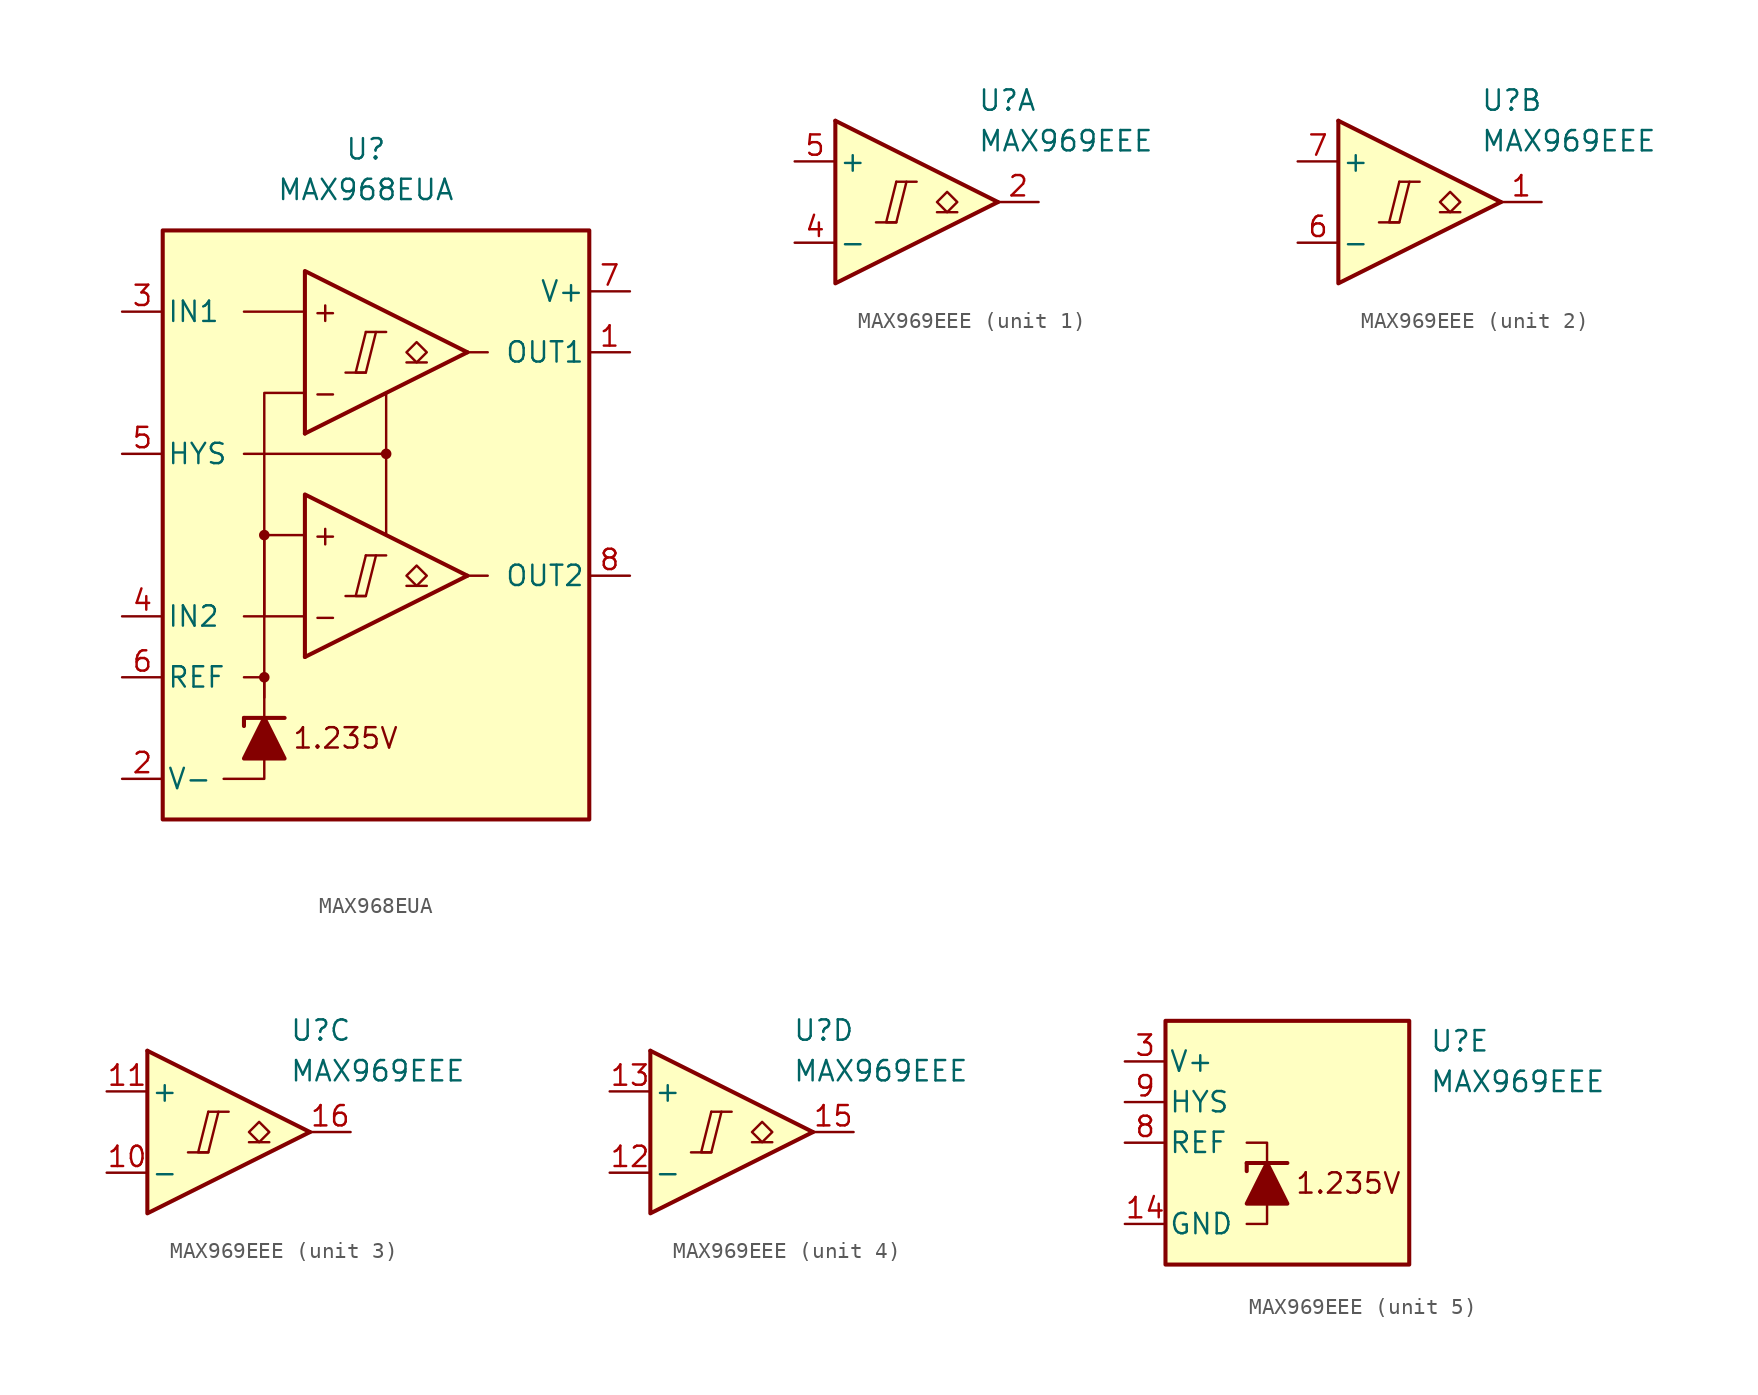
<source format=kicad_sym>
(kicad_symbol_lib
  (version 20231120)
  (generator "kicad_symbol_editor")
  (generator_version "8.0")
  (symbol "MAX968EUA"
    (pin_names
      (offset 0.254))
    (property "Reference" "U"
      (at -1.27 22.86 0)
      (effects (font (size 1.27 1.27))))
    (property "Value" "MAX968EUA"
      (at -1.27 20.32 0)
      (effects (font (size 1.27 1.27))))
    (symbol "MAX968EUA_0_0"
      (rectangle (start -13.97 17.78) (end 12.7 -19.05) (stroke (width 0.254) (type default)) (fill (type background)))
      (circle (center -7.62 -10.16) (radius 0.254) (stroke (width 0.152) (type default)) (fill (type outline)))
      (circle (center -7.62 -1.27) (radius 0.254) (stroke (width 0.152) (type default)) (fill (type outline)))
      (polyline (pts (xy -2.54 -5.08) (xy -1.27 -5.08)) (stroke (width 0.152) (type default)) (fill (type none)))
      (polyline (pts (xy -2.54 8.89) (xy -1.27 8.89)) (stroke (width 0.152) (type default)) (fill (type none)))
      (polyline (pts (xy -1.27 -2.54) (xy 0 -2.54)) (stroke (width 0.152) (type default)) (fill (type none)))
      (polyline (pts (xy -1.27 11.43) (xy 0 11.43)) (stroke (width 0.152) (type default)) (fill (type none)))
      (polyline (pts (xy 5.08 -3.81) (xy -5.08 -8.89)) (stroke (width 0.254) (type default)) (fill (type none)))
      (polyline (pts (xy 5.08 10.16) (xy -5.08 5.08)) (stroke (width 0.254) (type default)) (fill (type none)))
      (polyline (pts (xy 5.08 -3.81) (xy -5.08 1.27) (xy -5.08 -8.89)) (stroke (width 0.254) (type default)) (fill (type background)))
      (polyline (pts (xy 5.08 10.16) (xy -5.08 15.24) (xy -5.08 5.08)) (stroke (width 0.254) (type default)) (fill (type background)))
      (polyline (pts (xy -1.27 -2.54) (xy -1.905 -5.08) (xy -1.27 -5.08) (xy -0.635 -2.54)) (stroke (width 0.152) (type default)) (fill (type none)))
      (polyline (pts (xy -1.27 11.43) (xy -1.905 8.89) (xy -1.27 8.89) (xy -0.635 11.43)) (stroke (width 0.152) (type default)) (fill (type none)))
      (circle (center 0 3.81) (radius 0.254) (stroke (width 0.152) (type default)) (fill (type outline)))
      (text "+" (at -3.81 -1.27 0) (effects (font (size 1.27 1.27))))
      (text "+" (at -3.81 12.7 0) (effects (font (size 1.27 1.27))))
      (text "-" (at -3.81 -6.35 0) (effects (font (size 1.27 1.27))))
      (text "-" (at -3.81 7.62 0) (effects (font (size 1.27 1.27))))
      (text "1.235V" (at -2.54 -13.97 0) (effects (font (size 1.27 1.27)))))
    (symbol "MAX968EUA_0_1"
      (polyline (pts (xy -8.89 -12.7) (xy -8.89 -13.208)) (stroke (width 0.254) (type default)) (fill (type none)))
      (polyline (pts (xy -8.89 -12.7) (xy -6.35 -12.7)) (stroke (width 0.254) (type default)) (fill (type none)))
      (polyline (pts (xy -5.08 -6.35) (xy -8.89 -6.35)) (stroke (width 0) (type default)) (fill (type none)))
      (polyline (pts (xy -5.08 12.7) (xy -8.89 12.7)) (stroke (width 0) (type default)) (fill (type none)))
      (polyline (pts (xy 0 3.81) (xy 0 -1.27)) (stroke (width 0) (type default)) (fill (type none)))
      (polyline (pts (xy 5.08 -3.81) (xy 6.35 -3.81)) (stroke (width 0) (type default)) (fill (type none)))
      (polyline (pts (xy 5.08 10.16) (xy 6.35 10.16)) (stroke (width 0) (type default)) (fill (type none)))
      (polyline (pts (xy -7.62 -15.24) (xy -7.62 -16.51) (xy -10.16 -16.51)) (stroke (width 0) (type default)) (fill (type none)))
      (polyline (pts (xy -7.62 -12.7) (xy -7.62 -10.16) (xy -8.89 -10.16)) (stroke (width 0) (type default)) (fill (type none)))
      (polyline (pts (xy -7.62 -11.43) (xy -7.62 -1.27) (xy -5.08 -1.27)) (stroke (width 0) (type default)) (fill (type none)))
      (polyline (pts (xy -7.62 -6.35) (xy -7.62 7.62) (xy -5.08 7.62)) (stroke (width 0) (type default)) (fill (type none)))
      (polyline (pts (xy 0 7.62) (xy 0 3.81) (xy -8.89 3.81)) (stroke (width 0) (type default)) (fill (type none)))
      (polyline (pts (xy -6.35 -15.24) (xy -8.89 -15.24) (xy -7.62 -12.7) (xy -6.35 -15.24)) (stroke (width 0.254) (type default)) (fill (type outline))))
    (symbol "MAX968EUA_1_1"
      (polyline (pts (xy 2.54 -4.445) (xy 1.27 -4.445)) (stroke (width 0.152) (type default)) (fill (type none)))
      (polyline (pts (xy 2.54 9.525) (xy 1.27 9.525)) (stroke (width 0.152) (type default)) (fill (type none)))
      (polyline (pts (xy 1.905 -4.445) (xy 1.27 -3.81) (xy 1.905 -3.175) (xy 2.54 -3.81) (xy 1.905 -4.445)) (stroke (width 0.152) (type default)) (fill (type none)))
      (polyline (pts (xy 1.905 9.525) (xy 1.27 10.16) (xy 1.905 10.795) (xy 2.54 10.16) (xy 1.905 9.525)) (stroke (width 0.152) (type default)) (fill (type none)))
      (pin output line (at 15.24 10.16 180) (length 2.54) (name "OUT1" (effects (font (size 1.27 1.27)))) (number "1" (effects (font (size 1.27 1.27)))))
      (pin power_in line (at -16.51 -16.51 0) (length 2.54) (name "V-" (effects (font (size 1.27 1.27)))) (number "2" (effects (font (size 1.27 1.27)))))
      (pin input line (at -16.51 12.7 0) (length 2.54) (name "IN1" (effects (font (size 1.27 1.27)))) (number "3" (effects (font (size 1.27 1.27)))))
      (pin input line (at -16.51 -6.35 0) (length 2.54) (name "IN2" (effects (font (size 1.27 1.27)))) (number "4" (effects (font (size 1.27 1.27)))))
      (pin input line (at -16.51 3.81 0) (length 2.54) (name "HYS" (effects (font (size 1.27 1.27)))) (number "5" (effects (font (size 1.27 1.27)))))
      (pin output line (at -16.51 -10.16 0) (length 2.54) (name "REF" (effects (font (size 1.27 1.27)))) (number "6" (effects (font (size 1.27 1.27)))))
      (pin power_in line (at 15.24 13.97 180) (length 2.54) (name "V+" (effects (font (size 1.27 1.27)))) (number "7" (effects (font (size 1.27 1.27)))))
      (pin output line (at 15.24 -3.81 180) (length 2.54) (name "OUT2" (effects (font (size 1.27 1.27)))) (number "8" (effects (font (size 1.27 1.27)))))))
  (symbol "MAX969EEE"
    (pin_names
      (offset 0.2))
    (property "Reference" "U"
      (at 5.08 6.35 0)
      (effects (font (size 1.27 1.27)) (justify left)))
    (property "Value" "MAX969EEE"
      (at 5.08 3.81 0)
      (effects (font (size 1.27 1.27)) (justify left)))
    (property "ki_locked" ""
      (at 0 0 0)
      (effects (font (size 1.27 1.27))))
    (symbol "MAX969EEE_1_0"
      (polyline (pts (xy -1.27 -1.27) (xy 0 -1.27)) (stroke (width 0.152) (type default)) (fill (type none)))
      (polyline (pts (xy 0 1.27) (xy 1.27 1.27)) (stroke (width 0.152) (type default)) (fill (type none)))
      (polyline (pts (xy 0 1.27) (xy -0.635 -1.27) (xy 0 -1.27) (xy 0.635 1.27)) (stroke (width 0.152) (type default)) (fill (type none))))
    (symbol "MAX969EEE_1_1"
      (polyline (pts (xy -3.81 5.08) (xy 6.35 0)) (stroke (width 0.254) (type default)) (fill (type none)))
      (polyline (pts (xy 3.81 -0.635) (xy 2.54 -0.635)) (stroke (width 0.152) (type default)) (fill (type none)))
      (polyline (pts (xy -3.81 5.08) (xy -3.81 -5.08) (xy 6.35 0)) (stroke (width 0.254) (type default)) (fill (type background)))
      (polyline (pts (xy 3.175 -0.635) (xy 2.54 0) (xy 3.175 0.635) (xy 3.81 0) (xy 3.175 -0.635)) (stroke (width 0.152) (type default)) (fill (type none)))
      (pin output line (at 8.89 0 180) (length 2.54) (name "~" (effects (font (size 1.27 1.27)))) (number "2" (effects (font (size 1.27 1.27)))))
      (pin input line (at -6.35 -2.54 0) (length 2.54) (name "-" (effects (font (size 1.27 1.27)))) (number "4" (effects (font (size 1.27 1.27)))))
      (pin input line (at -6.35 2.54 0) (length 2.54) (name "+" (effects (font (size 1.27 1.27)))) (number "5" (effects (font (size 1.27 1.27))))))
    (symbol "MAX969EEE_2_0"
      (polyline (pts (xy -1.27 -1.27) (xy 0 -1.27)) (stroke (width 0.152) (type default)) (fill (type none)))
      (polyline (pts (xy 0 1.27) (xy 1.27 1.27)) (stroke (width 0.152) (type default)) (fill (type none)))
      (polyline (pts (xy 0 1.27) (xy -0.635 -1.27) (xy 0 -1.27) (xy 0.635 1.27)) (stroke (width 0.152) (type default)) (fill (type none))))
    (symbol "MAX969EEE_2_1"
      (polyline (pts (xy -3.81 5.08) (xy 6.35 0)) (stroke (width 0.254) (type default)) (fill (type none)))
      (polyline (pts (xy 3.81 -0.635) (xy 2.54 -0.635)) (stroke (width 0.152) (type default)) (fill (type none)))
      (polyline (pts (xy -3.81 5.08) (xy -3.81 -5.08) (xy 6.35 0)) (stroke (width 0.254) (type default)) (fill (type background)))
      (polyline (pts (xy 3.175 -0.635) (xy 2.54 0) (xy 3.175 0.635) (xy 3.81 0) (xy 3.175 -0.635)) (stroke (width 0.152) (type default)) (fill (type none)))
      (pin output line (at 8.89 0 180) (length 2.54) (name "~" (effects (font (size 1.27 1.27)))) (number "1" (effects (font (size 1.27 1.27)))))
      (pin input line (at -6.35 -2.54 0) (length 2.54) (name "-" (effects (font (size 1.27 1.27)))) (number "6" (effects (font (size 1.27 1.27)))))
      (pin input line (at -6.35 2.54 0) (length 2.54) (name "+" (effects (font (size 1.27 1.27)))) (number "7" (effects (font (size 1.27 1.27))))))
    (symbol "MAX969EEE_3_0"
      (polyline (pts (xy -1.27 -1.27) (xy 0 -1.27)) (stroke (width 0.152) (type default)) (fill (type none)))
      (polyline (pts (xy 0 1.27) (xy 1.27 1.27)) (stroke (width 0.152) (type default)) (fill (type none)))
      (polyline (pts (xy 0 1.27) (xy -0.635 -1.27) (xy 0 -1.27) (xy 0.635 1.27)) (stroke (width 0.152) (type default)) (fill (type none))))
    (symbol "MAX969EEE_3_1"
      (polyline (pts (xy -3.81 5.08) (xy 6.35 0)) (stroke (width 0.254) (type default)) (fill (type none)))
      (polyline (pts (xy 3.81 -0.635) (xy 2.54 -0.635)) (stroke (width 0.152) (type default)) (fill (type none)))
      (polyline (pts (xy -3.81 5.08) (xy -3.81 -5.08) (xy 6.35 0)) (stroke (width 0.254) (type default)) (fill (type background)))
      (polyline (pts (xy 3.175 -0.635) (xy 2.54 0) (xy 3.175 0.635) (xy 3.81 0) (xy 3.175 -0.635)) (stroke (width 0.152) (type default)) (fill (type none)))
      (pin input line (at -6.35 -2.54 0) (length 2.54) (name "-" (effects (font (size 1.27 1.27)))) (number "10" (effects (font (size 1.27 1.27)))))
      (pin input line (at -6.35 2.54 0) (length 2.54) (name "+" (effects (font (size 1.27 1.27)))) (number "11" (effects (font (size 1.27 1.27)))))
      (pin output line (at 8.89 0 180) (length 2.54) (name "~" (effects (font (size 1.27 1.27)))) (number "16" (effects (font (size 1.27 1.27))))))
    (symbol "MAX969EEE_4_0"
      (polyline (pts (xy -1.27 -1.27) (xy 0 -1.27)) (stroke (width 0.152) (type default)) (fill (type none)))
      (polyline (pts (xy 0 1.27) (xy 1.27 1.27)) (stroke (width 0.152) (type default)) (fill (type none)))
      (polyline (pts (xy 0 1.27) (xy -0.635 -1.27) (xy 0 -1.27) (xy 0.635 1.27)) (stroke (width 0.152) (type default)) (fill (type none))))
    (symbol "MAX969EEE_4_1"
      (polyline (pts (xy -3.81 5.08) (xy 6.35 0)) (stroke (width 0.254) (type default)) (fill (type none)))
      (polyline (pts (xy 3.81 -0.635) (xy 2.54 -0.635)) (stroke (width 0.152) (type default)) (fill (type none)))
      (polyline (pts (xy -3.81 5.08) (xy -3.81 -5.08) (xy 6.35 0)) (stroke (width 0.254) (type default)) (fill (type background)))
      (polyline (pts (xy 3.175 -0.635) (xy 2.54 0) (xy 3.175 0.635) (xy 3.81 0) (xy 3.175 -0.635)) (stroke (width 0.152) (type default)) (fill (type none)))
      (pin input line (at -6.35 -2.54 0) (length 2.54) (name "-" (effects (font (size 1.27 1.27)))) (number "12" (effects (font (size 1.27 1.27)))))
      (pin input line (at -6.35 2.54 0) (length 2.54) (name "+" (effects (font (size 1.27 1.27)))) (number "13" (effects (font (size 1.27 1.27)))))
      (pin output line (at 8.89 0 180) (length 2.54) (name "~" (effects (font (size 1.27 1.27)))) (number "15" (effects (font (size 1.27 1.27))))))
    (symbol "MAX969EEE_5_0"
      (text "1.235V" (at 0 -2.54 0) (effects (font (size 1.27 1.27)))))
    (symbol "MAX969EEE_5_1"
      (rectangle (start -11.43 7.62) (end 3.81 -7.62) (stroke (width 0.254) (type default)) (fill (type background)))
      (polyline (pts (xy -6.35 -1.27) (xy -6.35 -1.778)) (stroke (width 0.254) (type default)) (fill (type none)))
      (polyline (pts (xy -6.35 -1.27) (xy -3.81 -1.27)) (stroke (width 0.254) (type default)) (fill (type none)))
      (polyline (pts (xy -5.08 -3.81) (xy -5.08 -5.08) (xy -6.35 -5.08)) (stroke (width 0) (type default)) (fill (type none)))
      (polyline (pts (xy -5.08 -1.27) (xy -5.08 0) (xy -6.35 0)) (stroke (width 0) (type default)) (fill (type none)))
      (polyline (pts (xy -3.81 -3.81) (xy -6.35 -3.81) (xy -5.08 -1.27) (xy -3.81 -3.81)) (stroke (width 0.254) (type default)) (fill (type outline)))
      (pin power_in line (at -13.97 -5.08 0) (length 2.54) (name "GND" (effects (font (size 1.27 1.27)))) (number "14" (effects (font (size 1.27 1.27)))))
      (pin power_in line (at -13.97 5.08 0) (length 2.54) (name "V+" (effects (font (size 1.27 1.27)))) (number "3" (effects (font (size 1.27 1.27)))))
      (pin output line (at -13.97 0 0) (length 2.54) (name "REF" (effects (font (size 1.27 1.27)))) (number "8" (effects (font (size 1.27 1.27)))))
      (pin input line (at -13.97 2.54 0) (length 2.54) (name "HYS" (effects (font (size 1.27 1.27)))) (number "9" (effects (font (size 1.27 1.27))))))))
</source>
